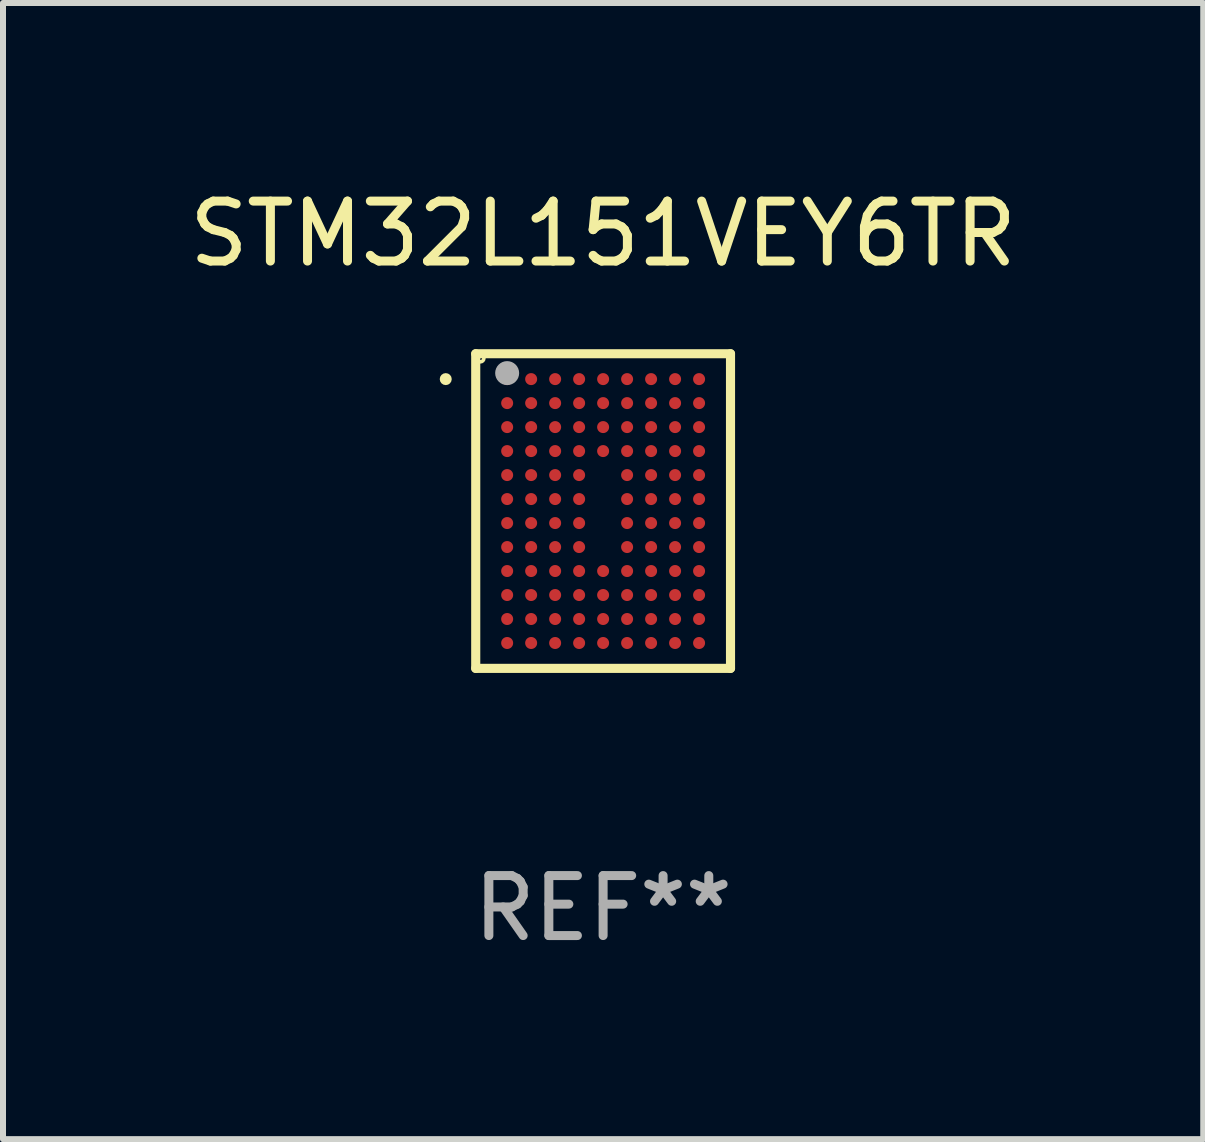
<source format=kicad_pcb>
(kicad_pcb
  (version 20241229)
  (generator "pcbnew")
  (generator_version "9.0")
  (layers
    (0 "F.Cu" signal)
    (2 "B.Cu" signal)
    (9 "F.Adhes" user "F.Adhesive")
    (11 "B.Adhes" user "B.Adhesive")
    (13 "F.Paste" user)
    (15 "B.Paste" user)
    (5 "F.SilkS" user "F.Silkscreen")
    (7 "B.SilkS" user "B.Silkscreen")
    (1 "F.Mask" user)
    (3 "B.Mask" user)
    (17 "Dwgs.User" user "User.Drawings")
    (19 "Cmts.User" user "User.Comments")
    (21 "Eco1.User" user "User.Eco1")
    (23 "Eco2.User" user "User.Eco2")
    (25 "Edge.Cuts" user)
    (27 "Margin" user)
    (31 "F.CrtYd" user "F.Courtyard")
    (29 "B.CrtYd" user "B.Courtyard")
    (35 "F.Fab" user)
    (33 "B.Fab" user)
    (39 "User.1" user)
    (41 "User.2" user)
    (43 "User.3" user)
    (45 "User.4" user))
  (footprint "STM32L151VEY6TR"
    (layer "F.Cu")
    (at 7.006 5.471)
    (property "Reference" "STM32L151VEY6TR" (at 0 -4.623 0) (layer "F.SilkS") (effects (font (size 1 1) (thickness 0.15))))
    (attr through_hole)
    (fp_line (start -2.124 -2.623) (end 2.124 -2.623) (stroke (width 0.152) (type solid)) (layer "F.SilkS"))
    (fp_line (start -2.124 2.623) (end -2.124 -2.623) (stroke (width 0.152) (type solid)) (layer "F.SilkS"))
    (fp_line (start 2.124 -2.623) (end 2.124 2.623) (stroke (width 0.152) (type solid)) (layer "F.SilkS"))
    (fp_line (start 2.124 2.623) (end -2.124 2.623) (stroke (width 0.152) (type solid)) (layer "F.SilkS"))
    (fp_circle (center -2.624 -2.2) (end -2.574 -2.2) (stroke (width 0.1) (type solid)) (fill no) (layer "F.SilkS"))
    (fp_circle (center -2.047 -2.547) (end -2.018 -2.547) (stroke (width 0.06) (type solid)) (fill no) (layer "F.SilkS"))
    (fp_circle (center -1.6 -2.3) (end -1.5 -2.3) (stroke (width 0.2) (type solid)) (fill no) (layer "F.Fab"))
    (fp_text user "REF**" (at 0 6.623 0) (layer "F.Fab") (effects (font (size 1 1) (thickness 0.15))))
    (pad "A1" smd circle (at -1.6 -2.2) (size 0.2 0.2) (layers "F.Cu" "F.Mask" "F.Paste"))
    (pad "A2" smd circle (at -1.2 -2.2) (size 0.2 0.2) (layers "F.Cu" "F.Mask" "F.Paste"))
    (pad "A3" smd circle (at -0.8 -2.2) (size 0.2 0.2) (layers "F.Cu" "F.Mask" "F.Paste"))
    (pad "A4" smd circle (at -0.4 -2.2) (size 0.2 0.2) (layers "F.Cu" "F.Mask" "F.Paste"))
    (pad "A5" smd circle (at 0 -2.2) (size 0.2 0.2) (layers "F.Cu" "F.Mask" "F.Paste"))
    (pad "A6" smd circle (at 0.4 -2.2) (size 0.2 0.2) (layers "F.Cu" "F.Mask" "F.Paste"))
    (pad "A7" smd circle (at 0.8 -2.2) (size 0.2 0.2) (layers "F.Cu" "F.Mask" "F.Paste"))
    (pad "A8" smd circle (at 1.2 -2.2) (size 0.2 0.2) (layers "F.Cu" "F.Mask" "F.Paste"))
    (pad "A9" smd circle (at 1.6 -2.2) (size 0.2 0.2) (layers "F.Cu" "F.Mask" "F.Paste"))
    (pad "B1" smd circle (at -1.6 -1.8) (size 0.2 0.2) (layers "F.Cu" "F.Mask" "F.Paste"))
    (pad "B2" smd circle (at -1.2 -1.8) (size 0.2 0.2) (layers "F.Cu" "F.Mask" "F.Paste"))
    (pad "B3" smd circle (at -0.8 -1.8) (size 0.2 0.2) (layers "F.Cu" "F.Mask" "F.Paste"))
    (pad "B4" smd circle (at -0.4 -1.8) (size 0.2 0.2) (layers "F.Cu" "F.Mask" "F.Paste"))
    (pad "B5" smd circle (at 0 -1.8) (size 0.2 0.2) (layers "F.Cu" "F.Mask" "F.Paste"))
    (pad "B6" smd circle (at 0.4 -1.8) (size 0.2 0.2) (layers "F.Cu" "F.Mask" "F.Paste"))
    (pad "B7" smd circle (at 0.8 -1.8) (size 0.2 0.2) (layers "F.Cu" "F.Mask" "F.Paste"))
    (pad "B8" smd circle (at 1.2 -1.8) (size 0.2 0.2) (layers "F.Cu" "F.Mask" "F.Paste"))
    (pad "B9" smd circle (at 1.6 -1.8) (size 0.2 0.2) (layers "F.Cu" "F.Mask" "F.Paste"))
    (pad "C1" smd circle (at -1.6 -1.4) (size 0.2 0.2) (layers "F.Cu" "F.Mask" "F.Paste"))
    (pad "C2" smd circle (at -1.2 -1.4) (size 0.2 0.2) (layers "F.Cu" "F.Mask" "F.Paste"))
    (pad "C3" smd circle (at -0.8 -1.4) (size 0.2 0.2) (layers "F.Cu" "F.Mask" "F.Paste"))
    (pad "C4" smd circle (at -0.4 -1.4) (size 0.2 0.2) (layers "F.Cu" "F.Mask" "F.Paste"))
    (pad "C5" smd circle (at 0 -1.4) (size 0.2 0.2) (layers "F.Cu" "F.Mask" "F.Paste"))
    (pad "C6" smd circle (at 0.4 -1.4) (size 0.2 0.2) (layers "F.Cu" "F.Mask" "F.Paste"))
    (pad "C7" smd circle (at 0.8 -1.4) (size 0.2 0.2) (layers "F.Cu" "F.Mask" "F.Paste"))
    (pad "C8" smd circle (at 1.2 -1.4) (size 0.2 0.2) (layers "F.Cu" "F.Mask" "F.Paste"))
    (pad "C9" smd circle (at 1.6 -1.4) (size 0.2 0.2) (layers "F.Cu" "F.Mask" "F.Paste"))
    (pad "D1" smd circle (at -1.6 -1) (size 0.2 0.2) (layers "F.Cu" "F.Mask" "F.Paste"))
    (pad "D2" smd circle (at -1.2 -1) (size 0.2 0.2) (layers "F.Cu" "F.Mask" "F.Paste"))
    (pad "D3" smd circle (at -0.8 -1) (size 0.2 0.2) (layers "F.Cu" "F.Mask" "F.Paste"))
    (pad "D4" smd circle (at -0.4 -1) (size 0.2 0.2) (layers "F.Cu" "F.Mask" "F.Paste"))
    (pad "D5" smd circle (at 0 -1) (size 0.2 0.2) (layers "F.Cu" "F.Mask" "F.Paste"))
    (pad "D6" smd circle (at 0.4 -1) (size 0.2 0.2) (layers "F.Cu" "F.Mask" "F.Paste"))
    (pad "D7" smd circle (at 0.8 -1) (size 0.2 0.2) (layers "F.Cu" "F.Mask" "F.Paste"))
    (pad "D8" smd circle (at 1.2 -1) (size 0.2 0.2) (layers "F.Cu" "F.Mask" "F.Paste"))
    (pad "D9" smd circle (at 1.6 -1) (size 0.2 0.2) (layers "F.Cu" "F.Mask" "F.Paste"))
    (pad "E1" smd circle (at -1.6 -0.6) (size 0.2 0.2) (layers "F.Cu" "F.Mask" "F.Paste"))
    (pad "E2" smd circle (at -1.2 -0.6) (size 0.2 0.2) (layers "F.Cu" "F.Mask" "F.Paste"))
    (pad "E3" smd circle (at -0.8 -0.6) (size 0.2 0.2) (layers "F.Cu" "F.Mask" "F.Paste"))
    (pad "E4" smd circle (at -0.4 -0.6) (size 0.2 0.2) (layers "F.Cu" "F.Mask" "F.Paste"))
    (pad "E6" smd circle (at 0.4 -0.6) (size 0.2 0.2) (layers "F.Cu" "F.Mask" "F.Paste"))
    (pad "E7" smd circle (at 0.8 -0.6) (size 0.2 0.2) (layers "F.Cu" "F.Mask" "F.Paste"))
    (pad "E8" smd circle (at 1.2 -0.6) (size 0.2 0.2) (layers "F.Cu" "F.Mask" "F.Paste"))
    (pad "E9" smd circle (at 1.6 -0.6) (size 0.2 0.2) (layers "F.Cu" "F.Mask" "F.Paste"))
    (pad "F1" smd circle (at -1.6 -0.2) (size 0.2 0.2) (layers "F.Cu" "F.Mask" "F.Paste"))
    (pad "F2" smd circle (at -1.2 -0.2) (size 0.2 0.2) (layers "F.Cu" "F.Mask" "F.Paste"))
    (pad "F3" smd circle (at -0.8 -0.2) (size 0.2 0.2) (layers "F.Cu" "F.Mask" "F.Paste"))
    (pad "F4" smd circle (at -0.4 -0.2) (size 0.2 0.2) (layers "F.Cu" "F.Mask" "F.Paste"))
    (pad "F6" smd circle (at 0.4 -0.2) (size 0.2 0.2) (layers "F.Cu" "F.Mask" "F.Paste"))
    (pad "F7" smd circle (at 0.8 -0.2) (size 0.2 0.2) (layers "F.Cu" "F.Mask" "F.Paste"))
    (pad "F8" smd circle (at 1.2 -0.2) (size 0.2 0.2) (layers "F.Cu" "F.Mask" "F.Paste"))
    (pad "F9" smd circle (at 1.6 -0.2) (size 0.2 0.2) (layers "F.Cu" "F.Mask" "F.Paste"))
    (pad "G1" smd circle (at -1.6 0.2) (size 0.2 0.2) (layers "F.Cu" "F.Mask" "F.Paste"))
    (pad "G2" smd circle (at -1.2 0.2) (size 0.2 0.2) (layers "F.Cu" "F.Mask" "F.Paste"))
    (pad "G3" smd circle (at -0.8 0.2) (size 0.2 0.2) (layers "F.Cu" "F.Mask" "F.Paste"))
    (pad "G4" smd circle (at -0.4 0.2) (size 0.2 0.2) (layers "F.Cu" "F.Mask" "F.Paste"))
    (pad "G6" smd circle (at 0.4 0.2) (size 0.2 0.2) (layers "F.Cu" "F.Mask" "F.Paste"))
    (pad "G7" smd circle (at 0.8 0.2) (size 0.2 0.2) (layers "F.Cu" "F.Mask" "F.Paste"))
    (pad "G8" smd circle (at 1.2 0.2) (size 0.2 0.2) (layers "F.Cu" "F.Mask" "F.Paste"))
    (pad "G9" smd circle (at 1.6 0.2) (size 0.2 0.2) (layers "F.Cu" "F.Mask" "F.Paste"))
    (pad "H1" smd circle (at -1.6 0.6) (size 0.2 0.2) (layers "F.Cu" "F.Mask" "F.Paste"))
    (pad "H2" smd circle (at -1.2 0.6) (size 0.2 0.2) (layers "F.Cu" "F.Mask" "F.Paste"))
    (pad "H3" smd circle (at -0.8 0.6) (size 0.2 0.2) (layers "F.Cu" "F.Mask" "F.Paste"))
    (pad "H4" smd circle (at -0.4 0.6) (size 0.2 0.2) (layers "F.Cu" "F.Mask" "F.Paste"))
    (pad "H6" smd circle (at 0.4 0.6) (size 0.2 0.2) (layers "F.Cu" "F.Mask" "F.Paste"))
    (pad "H7" smd circle (at 0.8 0.6) (size 0.2 0.2) (layers "F.Cu" "F.Mask" "F.Paste"))
    (pad "H8" smd circle (at 1.2 0.6) (size 0.2 0.2) (layers "F.Cu" "F.Mask" "F.Paste"))
    (pad "H9" smd circle (at 1.6 0.6) (size 0.2 0.2) (layers "F.Cu" "F.Mask" "F.Paste"))
    (pad "J1" smd circle (at -1.6 1) (size 0.2 0.2) (layers "F.Cu" "F.Mask" "F.Paste"))
    (pad "J2" smd circle (at -1.2 1) (size 0.2 0.2) (layers "F.Cu" "F.Mask" "F.Paste"))
    (pad "J3" smd circle (at -0.8 1) (size 0.2 0.2) (layers "F.Cu" "F.Mask" "F.Paste"))
    (pad "J4" smd circle (at -0.4 1) (size 0.2 0.2) (layers "F.Cu" "F.Mask" "F.Paste"))
    (pad "J5" smd circle (at 0 1) (size 0.2 0.2) (layers "F.Cu" "F.Mask" "F.Paste"))
    (pad "J6" smd circle (at 0.4 1) (size 0.2 0.2) (layers "F.Cu" "F.Mask" "F.Paste"))
    (pad "J7" smd circle (at 0.8 1) (size 0.2 0.2) (layers "F.Cu" "F.Mask" "F.Paste"))
    (pad "J8" smd circle (at 1.2 1) (size 0.2 0.2) (layers "F.Cu" "F.Mask" "F.Paste"))
    (pad "J9" smd circle (at 1.6 1) (size 0.2 0.2) (layers "F.Cu" "F.Mask" "F.Paste"))
    (pad "K1" smd circle (at -1.6 1.4) (size 0.2 0.2) (layers "F.Cu" "F.Mask" "F.Paste"))
    (pad "K2" smd circle (at -1.2 1.4) (size 0.2 0.2) (layers "F.Cu" "F.Mask" "F.Paste"))
    (pad "K3" smd circle (at -0.8 1.4) (size 0.2 0.2) (layers "F.Cu" "F.Mask" "F.Paste"))
    (pad "K4" smd circle (at -0.4 1.4) (size 0.2 0.2) (layers "F.Cu" "F.Mask" "F.Paste"))
    (pad "K5" smd circle (at 0 1.4) (size 0.2 0.2) (layers "F.Cu" "F.Mask" "F.Paste"))
    (pad "K6" smd circle (at 0.4 1.4) (size 0.2 0.2) (layers "F.Cu" "F.Mask" "F.Paste"))
    (pad "K7" smd circle (at 0.8 1.4) (size 0.2 0.2) (layers "F.Cu" "F.Mask" "F.Paste"))
    (pad "K8" smd circle (at 1.2 1.4) (size 0.2 0.2) (layers "F.Cu" "F.Mask" "F.Paste"))
    (pad "K9" smd circle (at 1.6 1.4) (size 0.2 0.2) (layers "F.Cu" "F.Mask" "F.Paste"))
    (pad "L1" smd circle (at -1.6 1.8) (size 0.2 0.2) (layers "F.Cu" "F.Mask" "F.Paste"))
    (pad "L2" smd circle (at -1.2 1.8) (size 0.2 0.2) (layers "F.Cu" "F.Mask" "F.Paste"))
    (pad "L3" smd circle (at -0.8 1.8) (size 0.2 0.2) (layers "F.Cu" "F.Mask" "F.Paste"))
    (pad "L4" smd circle (at -0.4 1.8) (size 0.2 0.2) (layers "F.Cu" "F.Mask" "F.Paste"))
    (pad "L5" smd circle (at 0 1.8) (size 0.2 0.2) (layers "F.Cu" "F.Mask" "F.Paste"))
    (pad "L6" smd circle (at 0.4 1.8) (size 0.2 0.2) (layers "F.Cu" "F.Mask" "F.Paste"))
    (pad "L7" smd circle (at 0.8 1.8) (size 0.2 0.2) (layers "F.Cu" "F.Mask" "F.Paste"))
    (pad "L8" smd circle (at 1.2 1.8) (size 0.2 0.2) (layers "F.Cu" "F.Mask" "F.Paste"))
    (pad "L9" smd circle (at 1.6 1.8) (size 0.2 0.2) (layers "F.Cu" "F.Mask" "F.Paste"))
    (pad "M1" smd circle (at -1.6 2.2) (size 0.2 0.2) (layers "F.Cu" "F.Mask" "F.Paste"))
    (pad "M2" smd circle (at -1.2 2.2) (size 0.2 0.2) (layers "F.Cu" "F.Mask" "F.Paste"))
    (pad "M3" smd circle (at -0.8 2.2) (size 0.2 0.2) (layers "F.Cu" "F.Mask" "F.Paste"))
    (pad "M4" smd circle (at -0.4 2.2) (size 0.2 0.2) (layers "F.Cu" "F.Mask" "F.Paste"))
    (pad "M5" smd circle (at 0 2.2) (size 0.2 0.2) (layers "F.Cu" "F.Mask" "F.Paste"))
    (pad "M6" smd circle (at 0.4 2.2) (size 0.2 0.2) (layers "F.Cu" "F.Mask" "F.Paste"))
    (pad "M7" smd circle (at 0.8 2.2) (size 0.2 0.2) (layers "F.Cu" "F.Mask" "F.Paste"))
    (pad "M8" smd circle (at 1.2 2.2) (size 0.2 0.2) (layers "F.Cu" "F.Mask" "F.Paste"))
    (pad "M9" smd circle (at 1.6 2.2) (size 0.2 0.2) (layers "F.Cu" "F.Mask" "F.Paste")))
  (gr_rect
    (start -3 -3)
    (end 17.012 15.943)
    (stroke (width 0.1) (type default))
    (fill no)
    (layer "Edge.Cuts")))
</source>
